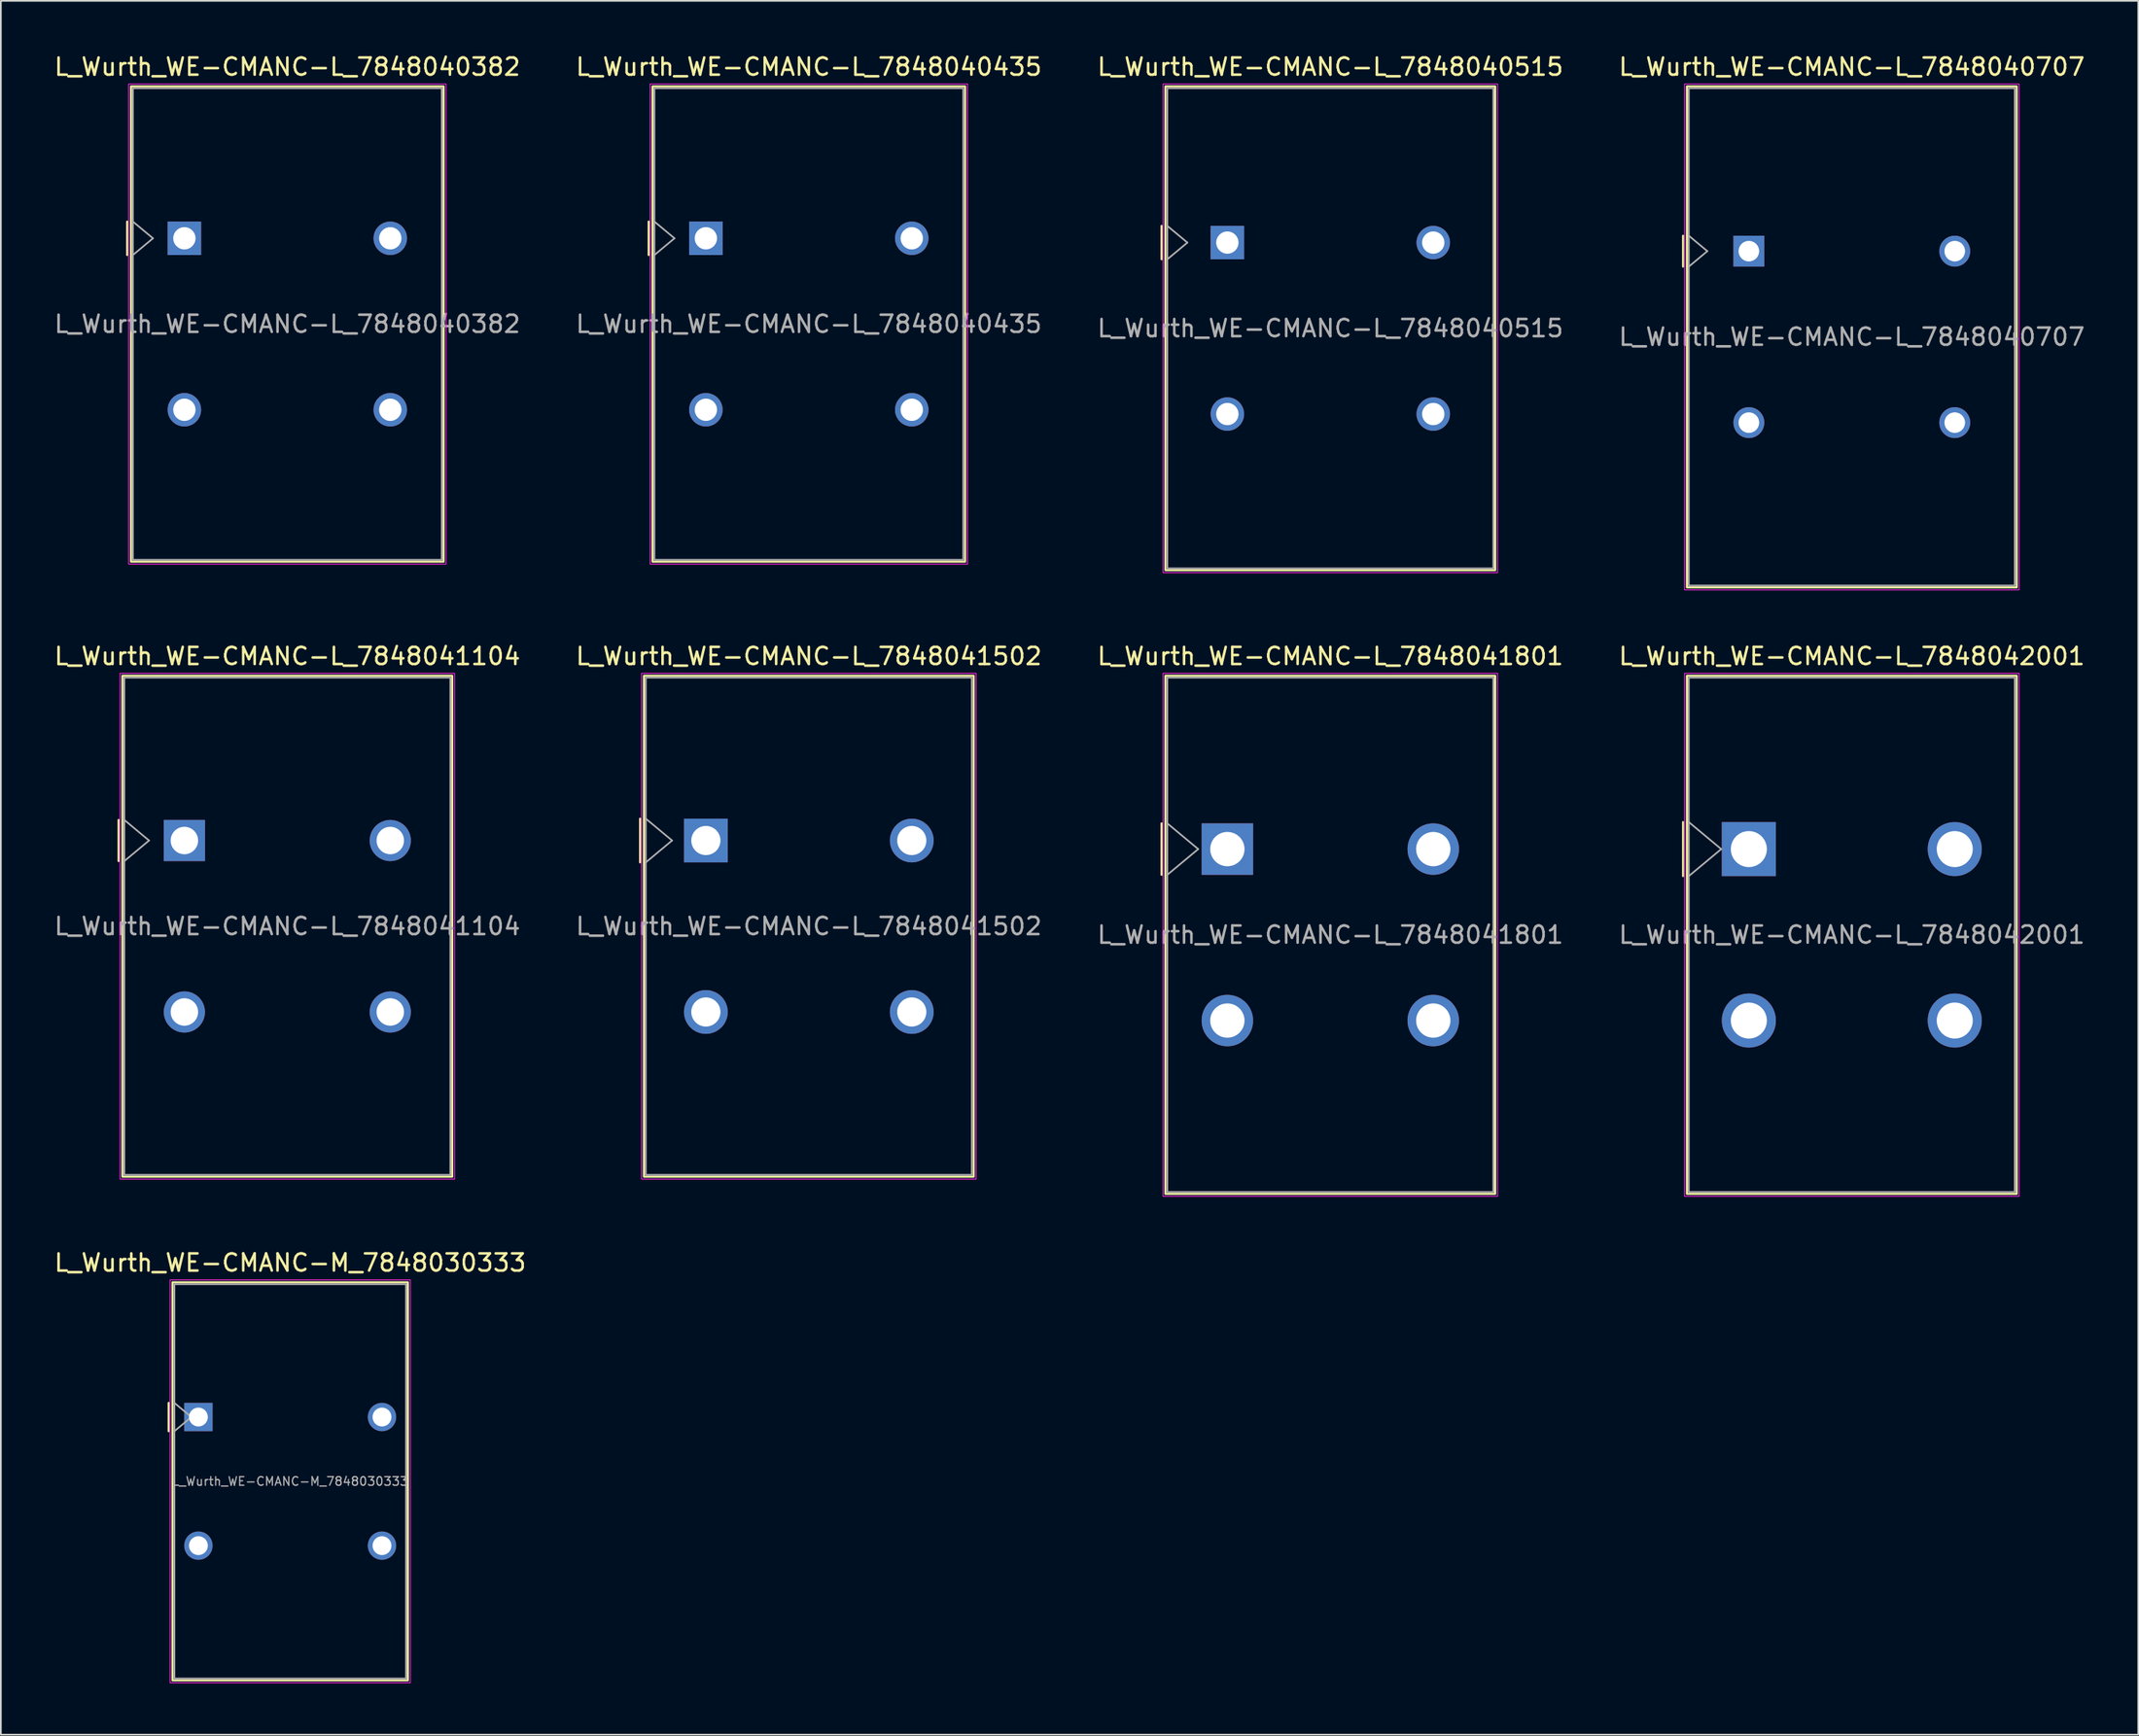
<source format=kicad_pcb>
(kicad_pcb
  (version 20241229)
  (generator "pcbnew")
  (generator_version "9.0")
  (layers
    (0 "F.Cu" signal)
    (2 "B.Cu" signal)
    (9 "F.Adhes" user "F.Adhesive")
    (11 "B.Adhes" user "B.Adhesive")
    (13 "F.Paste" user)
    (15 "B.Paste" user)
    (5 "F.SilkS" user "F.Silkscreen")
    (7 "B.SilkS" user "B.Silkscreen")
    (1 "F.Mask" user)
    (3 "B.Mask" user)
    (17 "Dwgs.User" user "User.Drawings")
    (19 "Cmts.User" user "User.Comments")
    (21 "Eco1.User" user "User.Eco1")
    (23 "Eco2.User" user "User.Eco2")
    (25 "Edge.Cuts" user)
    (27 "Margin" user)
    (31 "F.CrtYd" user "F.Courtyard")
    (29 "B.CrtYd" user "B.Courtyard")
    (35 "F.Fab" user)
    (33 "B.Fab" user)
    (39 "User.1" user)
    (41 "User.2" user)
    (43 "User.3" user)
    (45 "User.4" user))
  (footprint "L_Wurth_WE-CMANC-M_7848030333"
    (layer "F.Cu")
    (at 8.513 79.595)
    (property "Reference" "L_Wurth_WE-CMANC-M_7848030333" (at 5.35 -9 0) (unlocked yes) (layer "F.SilkS") (effects (font (size 1 1) (thickness 0.15))))
    (attr through_hole)
    (fp_line (start -1.735 -0.825) (end -1.735 0.825) (stroke (width 0.12) (type solid)) (layer "F.SilkS"))
    (fp_rect (start -1.51 -7.86) (end 12.21 15.36) (stroke (width 0.12) (type solid)) (fill no) (layer "F.SilkS"))
    (fp_rect (start -1.65 -8) (end 12.35 15.5) (stroke (width 0.05) (type solid)) (fill no) (layer "F.CrtYd"))
    (fp_line (start -1.4 -0.825) (end -0.41 0) (stroke (width 0.1) (type solid)) (layer "F.Fab"))
    (fp_line (start -1.4 0.825) (end -0.41 0) (stroke (width 0.1) (type solid)) (layer "F.Fab"))
    (fp_rect (start -1.4 -7.75) (end 12.1 15.25) (stroke (width 0.1) (type solid)) (fill no) (layer "F.Fab"))
    (fp_text user "${REFERENCE}" (at 5.35 3.75 0) (unlocked yes) (layer "F.Fab") (effects (font (size 0.5 0.5) (thickness 0.075))))
    (pad "1" thru_hole rect (at 0 0) (size 1.65 1.65) (drill 1.1) (layers "*.Cu" "*.Mask"))
    (pad "2" thru_hole circle (at 0 7.5) (size 1.65 1.65) (drill 1.1) (layers "*.Cu" "*.Mask"))
    (pad "3" thru_hole circle (at 10.7 7.5) (size 1.65 1.65) (drill 1.1) (layers "*.Cu" "*.Mask"))
    (pad "4" thru_hole circle (at 10.7 0) (size 1.65 1.65) (drill 1.1) (layers "*.Cu" "*.Mask")))
  (footprint "L_Wurth_WE-CMANC-L_7848041801"
    (layer "F.Cu")
    (at 68.482 46.471)
    (property "Reference" "L_Wurth_WE-CMANC-L_7848041801" (at 6 -11.25 0) (unlocked yes) (layer "F.SilkS") (effects (font (size 1 1) (thickness 0.15))))
    (attr through_hole)
    (fp_line (start -3.835 -1.5) (end -3.835 1.5) (stroke (width 0.12) (type solid)) (layer "F.SilkS"))
    (fp_rect (start -3.61 -10.11) (end 15.61 20.11) (stroke (width 0.12) (type solid)) (fill no) (layer "F.SilkS"))
    (fp_rect (start -3.75 -10.25) (end 15.75 20.25) (stroke (width 0.05) (type solid)) (fill no) (layer "F.CrtYd"))
    (fp_line (start -3.5 -1.5) (end -1.7 0) (stroke (width 0.1) (type solid)) (layer "F.Fab"))
    (fp_line (start -3.5 1.5) (end -1.7 0) (stroke (width 0.1) (type solid)) (layer "F.Fab"))
    (fp_rect (start -3.5 -10) (end 15.5 20) (stroke (width 0.1) (type solid)) (fill no) (layer "F.Fab"))
    (fp_text user "${REFERENCE}" (at 6 5 0) (unlocked yes) (layer "F.Fab") (effects (font (size 1 1) (thickness 0.15))))
    (pad "1" thru_hole rect (at 0 0) (size 3 3) (drill 2) (layers "*.Cu" "*.Mask"))
    (pad "2" thru_hole circle (at 0 10) (size 3 3) (drill 2) (layers "*.Cu" "*.Mask"))
    (pad "3" thru_hole circle (at 12 10) (size 3 3) (drill 2) (layers "*.Cu" "*.Mask"))
    (pad "4" thru_hole circle (at 12 0) (size 3 3) (drill 2) (layers "*.Cu" "*.Mask")))
  (footprint "L_Wurth_WE-CMANC-L_7848040435"
    (layer "F.Cu")
    (at 38.089 10.848)
    (property "Reference" "L_Wurth_WE-CMANC-L_7848040435" (at 6 -10 0) (unlocked yes) (layer "F.SilkS") (effects (font (size 1 1) (thickness 0.15))))
    (attr through_hole)
    (fp_line (start -3.335 -0.975) (end -3.335 0.975) (stroke (width 0.12) (type solid)) (layer "F.SilkS"))
    (fp_rect (start -3.11 -8.86) (end 15.11 18.86) (stroke (width 0.12) (type solid)) (fill no) (layer "F.SilkS"))
    (fp_rect (start -3.25 -9) (end 15.25 19) (stroke (width 0.05) (type solid)) (fill no) (layer "F.CrtYd"))
    (fp_line (start -3 -0.975) (end -1.83 0) (stroke (width 0.1) (type solid)) (layer "F.Fab"))
    (fp_line (start -3 0.975) (end -1.83 0) (stroke (width 0.1) (type solid)) (layer "F.Fab"))
    (fp_rect (start -3 -8.75) (end 15 18.75) (stroke (width 0.1) (type solid)) (fill no) (layer "F.Fab"))
    (fp_text user "${REFERENCE}" (at 6 5 0) (unlocked yes) (layer "F.Fab") (effects (font (size 1 1) (thickness 0.15))))
    (pad "1" thru_hole rect (at 0 0) (size 1.95 1.95) (drill 1.3) (layers "*.Cu" "*.Mask"))
    (pad "2" thru_hole circle (at 0 10) (size 1.95 1.95) (drill 1.3) (layers "*.Cu" "*.Mask"))
    (pad "3" thru_hole circle (at 12 10) (size 1.95 1.95) (drill 1.3) (layers "*.Cu" "*.Mask"))
    (pad "4" thru_hole circle (at 12 0) (size 1.95 1.95) (drill 1.3) (layers "*.Cu" "*.Mask")))
  (footprint "L_Wurth_WE-CMANC-L_7848042001"
    (layer "F.Cu")
    (at 98.875 46.471)
    (property "Reference" "L_Wurth_WE-CMANC-L_7848042001" (at 6 -11.25 0) (unlocked yes) (layer "F.SilkS") (effects (font (size 1 1) (thickness 0.15))))
    (attr through_hole)
    (fp_line (start -3.835 -1.575) (end -3.835 1.575) (stroke (width 0.12) (type solid)) (layer "F.SilkS"))
    (fp_rect (start -3.61 -10.11) (end 15.61 20.11) (stroke (width 0.12) (type solid)) (fill no) (layer "F.SilkS"))
    (fp_rect (start -3.75 -10.25) (end 15.75 20.25) (stroke (width 0.05) (type solid)) (fill no) (layer "F.CrtYd"))
    (fp_line (start -3.5 -1.575) (end -1.61 0) (stroke (width 0.1) (type solid)) (layer "F.Fab"))
    (fp_line (start -3.5 1.575) (end -1.61 0) (stroke (width 0.1) (type solid)) (layer "F.Fab"))
    (fp_rect (start -3.5 -10) (end 15.5 20) (stroke (width 0.1) (type solid)) (fill no) (layer "F.Fab"))
    (fp_text user "${REFERENCE}" (at 6 5 0) (unlocked yes) (layer "F.Fab") (effects (font (size 1 1) (thickness 0.15))))
    (pad "1" thru_hole rect (at 0 0) (size 3.15 3.15) (drill 2.1) (layers "*.Cu" "*.Mask"))
    (pad "2" thru_hole circle (at 0 10) (size 3.15 3.15) (drill 2.1) (layers "*.Cu" "*.Mask"))
    (pad "3" thru_hole circle (at 12 10) (size 3.15 3.15) (drill 2.1) (layers "*.Cu" "*.Mask"))
    (pad "4" thru_hole circle (at 12 0) (size 3.15 3.15) (drill 2.1) (layers "*.Cu" "*.Mask")))
  (footprint "L_Wurth_WE-CMANC-L_7848040707"
    (layer "F.Cu")
    (at 98.875 11.598)
    (property "Reference" "L_Wurth_WE-CMANC-L_7848040707" (at 6 -10.75 0) (unlocked yes) (layer "F.SilkS") (effects (font (size 1 1) (thickness 0.15))))
    (attr through_hole)
    (fp_line (start -3.835 -0.9) (end -3.835 0.9) (stroke (width 0.12) (type solid)) (layer "F.SilkS"))
    (fp_rect (start -3.61 -9.61) (end 15.61 19.61) (stroke (width 0.12) (type solid)) (fill no) (layer "F.SilkS"))
    (fp_rect (start -3.75 -9.75) (end 15.75 19.75) (stroke (width 0.05) (type solid)) (fill no) (layer "F.CrtYd"))
    (fp_line (start -3.5 -0.9) (end -2.42 0) (stroke (width 0.1) (type solid)) (layer "F.Fab"))
    (fp_line (start -3.5 0.9) (end -2.42 0) (stroke (width 0.1) (type solid)) (layer "F.Fab"))
    (fp_rect (start -3.5 -9.5) (end 15.5 19.5) (stroke (width 0.1) (type solid)) (fill no) (layer "F.Fab"))
    (fp_text user "${REFERENCE}" (at 6 5 0) (unlocked yes) (layer "F.Fab") (effects (font (size 1 1) (thickness 0.15))))
    (pad "1" thru_hole rect (at 0 0) (size 1.8 1.8) (drill 1.2) (layers "*.Cu" "*.Mask"))
    (pad "2" thru_hole circle (at 0 10) (size 1.8 1.8) (drill 1.2) (layers "*.Cu" "*.Mask"))
    (pad "3" thru_hole circle (at 12 10) (size 1.8 1.8) (drill 1.2) (layers "*.Cu" "*.Mask"))
    (pad "4" thru_hole circle (at 12 0) (size 1.8 1.8) (drill 1.2) (layers "*.Cu" "*.Mask")))
  (footprint "L_Wurth_WE-CMANC-L_7848041104"
    (layer "F.Cu")
    (at 7.696 45.971)
    (property "Reference" "L_Wurth_WE-CMANC-L_7848041104" (at 6 -10.75 0) (unlocked yes) (layer "F.SilkS") (effects (font (size 1 1) (thickness 0.15))))
    (attr through_hole)
    (fp_line (start -3.835 -1.2) (end -3.835 1.2) (stroke (width 0.12) (type solid)) (layer "F.SilkS"))
    (fp_rect (start -3.61 -9.61) (end 15.61 19.61) (stroke (width 0.12) (type solid)) (fill no) (layer "F.SilkS"))
    (fp_rect (start -3.75 -9.75) (end 15.75 19.75) (stroke (width 0.05) (type solid)) (fill no) (layer "F.CrtYd"))
    (fp_line (start -3.5 -1.2) (end -2.06 0) (stroke (width 0.1) (type solid)) (layer "F.Fab"))
    (fp_line (start -3.5 1.2) (end -2.06 0) (stroke (width 0.1) (type solid)) (layer "F.Fab"))
    (fp_rect (start -3.5 -9.5) (end 15.5 19.5) (stroke (width 0.1) (type solid)) (fill no) (layer "F.Fab"))
    (fp_text user "${REFERENCE}" (at 6 5 0) (unlocked yes) (layer "F.Fab") (effects (font (size 1 1) (thickness 0.15))))
    (pad "1" thru_hole rect (at 0 0) (size 2.4 2.4) (drill 1.6) (layers "*.Cu" "*.Mask"))
    (pad "2" thru_hole circle (at 0 10) (size 2.4 2.4) (drill 1.6) (layers "*.Cu" "*.Mask"))
    (pad "3" thru_hole circle (at 12 10) (size 2.4 2.4) (drill 1.6) (layers "*.Cu" "*.Mask"))
    (pad "4" thru_hole circle (at 12 0) (size 2.4 2.4) (drill 1.6) (layers "*.Cu" "*.Mask")))
  (footprint "L_Wurth_WE-CMANC-L_7848040382"
    (layer "F.Cu")
    (at 7.696 10.848)
    (property "Reference" "L_Wurth_WE-CMANC-L_7848040382" (at 6 -10 0) (unlocked yes) (layer "F.SilkS") (effects (font (size 1 1) (thickness 0.15))))
    (attr through_hole)
    (fp_line (start -3.335 -0.975) (end -3.335 0.975) (stroke (width 0.12) (type solid)) (layer "F.SilkS"))
    (fp_rect (start -3.11 -8.86) (end 15.11 18.86) (stroke (width 0.12) (type solid)) (fill no) (layer "F.SilkS"))
    (fp_rect (start -3.25 -9) (end 15.25 19) (stroke (width 0.05) (type solid)) (fill no) (layer "F.CrtYd"))
    (fp_line (start -3 -0.975) (end -1.83 0) (stroke (width 0.1) (type solid)) (layer "F.Fab"))
    (fp_line (start -3 0.975) (end -1.83 0) (stroke (width 0.1) (type solid)) (layer "F.Fab"))
    (fp_rect (start -3 -8.75) (end 15 18.75) (stroke (width 0.1) (type solid)) (fill no) (layer "F.Fab"))
    (fp_text user "${REFERENCE}" (at 6 5 0) (unlocked yes) (layer "F.Fab") (effects (font (size 1 1) (thickness 0.15))))
    (pad "1" thru_hole rect (at 0 0) (size 1.95 1.95) (drill 1.3) (layers "*.Cu" "*.Mask"))
    (pad "2" thru_hole circle (at 0 10) (size 1.95 1.95) (drill 1.3) (layers "*.Cu" "*.Mask"))
    (pad "3" thru_hole circle (at 12 10) (size 1.95 1.95) (drill 1.3) (layers "*.Cu" "*.Mask"))
    (pad "4" thru_hole circle (at 12 0) (size 1.95 1.95) (drill 1.3) (layers "*.Cu" "*.Mask")))
  (footprint "L_Wurth_WE-CMANC-L_7848040515"
    (layer "F.Cu")
    (at 68.482 11.098)
    (property "Reference" "L_Wurth_WE-CMANC-L_7848040515" (at 6 -10.25 0) (unlocked yes) (layer "F.SilkS") (effects (font (size 1 1) (thickness 0.15))))
    (attr through_hole)
    (fp_line (start -3.835 -0.975) (end -3.835 0.975) (stroke (width 0.12) (type solid)) (layer "F.SilkS"))
    (fp_rect (start -3.61 -9.11) (end 15.61 19.11) (stroke (width 0.12) (type solid)) (fill no) (layer "F.SilkS"))
    (fp_rect (start -3.75 -9.25) (end 15.75 19.25) (stroke (width 0.05) (type solid)) (fill no) (layer "F.CrtYd"))
    (fp_line (start -3.5 -0.975) (end -2.33 0) (stroke (width 0.1) (type solid)) (layer "F.Fab"))
    (fp_line (start -3.5 0.975) (end -2.33 0) (stroke (width 0.1) (type solid)) (layer "F.Fab"))
    (fp_rect (start -3.5 -9) (end 15.5 19) (stroke (width 0.1) (type solid)) (fill no) (layer "F.Fab"))
    (fp_text user "${REFERENCE}" (at 6 5 0) (unlocked yes) (layer "F.Fab") (effects (font (size 1 1) (thickness 0.15))))
    (pad "1" thru_hole rect (at 0 0) (size 1.95 1.95) (drill 1.3) (layers "*.Cu" "*.Mask"))
    (pad "2" thru_hole circle (at 0 10) (size 1.95 1.95) (drill 1.3) (layers "*.Cu" "*.Mask"))
    (pad "3" thru_hole circle (at 12 10) (size 1.95 1.95) (drill 1.3) (layers "*.Cu" "*.Mask"))
    (pad "4" thru_hole circle (at 12 0) (size 1.95 1.95) (drill 1.3) (layers "*.Cu" "*.Mask")))
  (footprint "L_Wurth_WE-CMANC-L_7848041502"
    (layer "F.Cu")
    (at 38.089 45.971)
    (property "Reference" "L_Wurth_WE-CMANC-L_7848041502" (at 6 -10.75 0) (unlocked yes) (layer "F.SilkS") (effects (font (size 1 1) (thickness 0.15))))
    (attr through_hole)
    (fp_line (start -3.835 -1.275) (end -3.835 1.275) (stroke (width 0.12) (type solid)) (layer "F.SilkS"))
    (fp_rect (start -3.61 -9.61) (end 15.61 19.61) (stroke (width 0.12) (type solid)) (fill no) (layer "F.SilkS"))
    (fp_rect (start -3.75 -9.75) (end 15.75 19.75) (stroke (width 0.05) (type solid)) (fill no) (layer "F.CrtYd"))
    (fp_line (start -3.5 -1.275) (end -1.97 0) (stroke (width 0.1) (type solid)) (layer "F.Fab"))
    (fp_line (start -3.5 1.275) (end -1.97 0) (stroke (width 0.1) (type solid)) (layer "F.Fab"))
    (fp_rect (start -3.5 -9.5) (end 15.5 19.5) (stroke (width 0.1) (type solid)) (fill no) (layer "F.Fab"))
    (fp_text user "${REFERENCE}" (at 6 5 0) (unlocked yes) (layer "F.Fab") (effects (font (size 1 1) (thickness 0.15))))
    (pad "1" thru_hole rect (at 0 0) (size 2.55 2.55) (drill 1.7) (layers "*.Cu" "*.Mask"))
    (pad "2" thru_hole circle (at 0 10) (size 2.55 2.55) (drill 1.7) (layers "*.Cu" "*.Mask"))
    (pad "3" thru_hole circle (at 12 10) (size 2.55 2.55) (drill 1.7) (layers "*.Cu" "*.Mask"))
    (pad "4" thru_hole circle (at 12 0) (size 2.55 2.55) (drill 1.7) (layers "*.Cu" "*.Mask")))
  (gr_rect
    (start -3 -3)
    (end 121.571 98.12)
    (stroke (width 0.1) (type default))
    (fill no)
    (layer "Edge.Cuts")))
</source>
